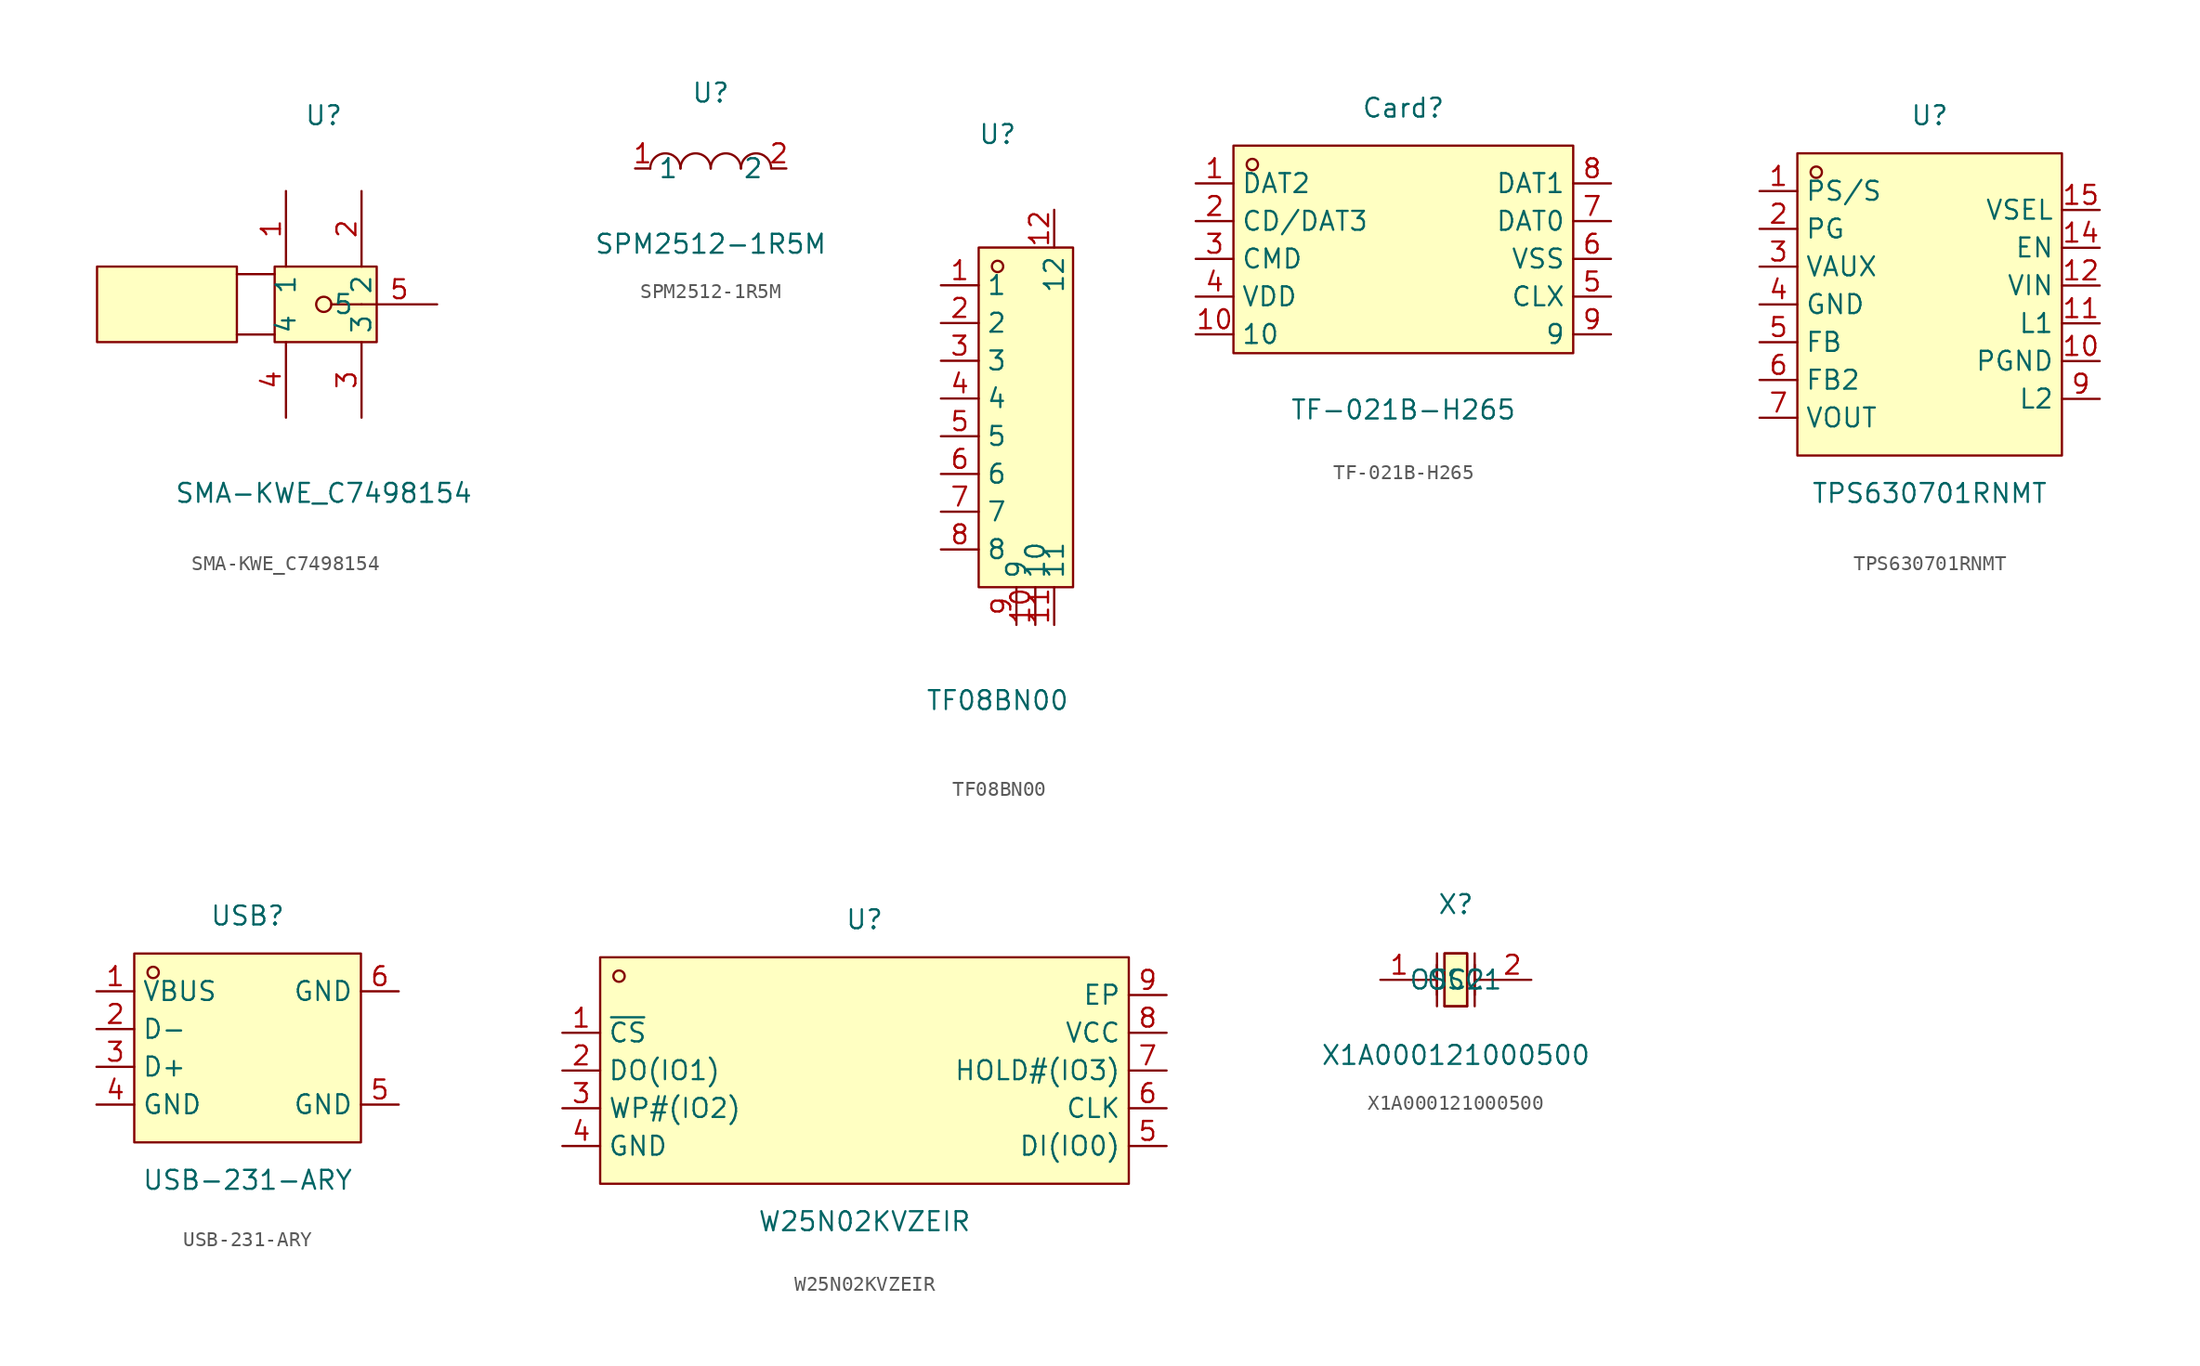
<source format=kicad_sym>
(kicad_symbol_lib
  (version 20211014)
  (generator https://github.com/uPesy/easyeda2kicad.py)
  (symbol "SMA-KWE_C7498154"
    (property "Reference" "U"
      (at 0 12.70 0)
      (effects (font (size 1.27 1.27))))
    (property "Value" "SMA-KWE_C7498154"
      (at 0 -12.70 0)
      (effects (font (size 1.27 1.27))))
    (symbol "SMA-KWE_C7498154_0_1"
      (rectangle (start -3.30 2.54) (end 3.56 -2.54) (stroke (width 0) (type default) (color 0 0 0 0)) (fill (type background)))
      (rectangle (start -15.24 2.54) (end -5.84 -2.54) (stroke (width 0) (type default) (color 0 0 0 0)) (fill (type background)))
      (circle (center 0.00 -0.00) (radius 0.51) (stroke (width 0) (type default) (color 0 0 0 0)) (fill (type none)))
      (polyline (pts (xy 0.51 -0.00) (xy 2.54 -0.00)) (stroke (width 0) (type default) (color 0 0 0 0)) (fill (type none)))
      (polyline (pts (xy -5.84 -2.03) (xy -3.30 -2.03)) (stroke (width 0) (type default) (color 0 0 0 0)) (fill (type none)))
      (polyline (pts (xy -5.84 2.03) (xy -3.30 2.03)) (stroke (width 0) (type default) (color 0 0 0 0)) (fill (type none)))
      (pin unspecified line (at 7.62 -0.00 180) (length 5.08) (name "5" (effects (font (size 1.27 1.27)))) (number "5" (effects (font (size 1.27 1.27)))))
      (pin unspecified line (at -2.54 -7.62 90) (length 5.08) (name "4" (effects (font (size 1.27 1.27)))) (number "4" (effects (font (size 1.27 1.27)))))
      (pin unspecified line (at 2.54 -7.62 90) (length 5.08) (name "3" (effects (font (size 1.27 1.27)))) (number "3" (effects (font (size 1.27 1.27)))))
      (pin unspecified line (at 2.54 7.62 270) (length 5.08) (name "2" (effects (font (size 1.27 1.27)))) (number "2" (effects (font (size 1.27 1.27)))))
      (pin unspecified line (at -2.54 7.62 270) (length 5.08) (name "1" (effects (font (size 1.27 1.27)))) (number "1" (effects (font (size 1.27 1.27)))))))
  (symbol "SPM2512-1R5M"
    (property "Reference" "U"
      (at 0 5.08 0)
      (effects (font (size 1.27 1.27))))
    (property "Value" "SPM2512-1R5M"
      (at 0 -5.08 0)
      (effects (font (size 1.27 1.27))))
    (symbol "SPM2512-1R5M_0_1"
      (arc (start -4.06 -0.01) (mid -2.83 0.99) (end -2.03 0.01) (stroke (width 0) (type default) (color 0 0 0 0)) (fill (type none)))
      (arc (start -2.03 -0.01) (mid -0.80 0.99) (end 0.00 0.01) (stroke (width 0) (type default) (color 0 0 0 0)) (fill (type none)))
      (arc (start 2.03 -0.01) (mid 3.26 0.99) (end 4.06 0.01) (stroke (width 0) (type default) (color 0 0 0 0)) (fill (type none)))
      (arc (start 0.00 -0.01) (mid 1.23 0.99) (end 2.03 0.01) (stroke (width 0) (type default) (color 0 0 0 0)) (fill (type none)))
      (pin unspecified line (at 5.08 -0.00 180) (length 1.016) (name "2" (effects (font (size 1.27 1.27)))) (number "2" (effects (font (size 1.27 1.27)))))
      (pin unspecified line (at -5.08 -0.00 0) (length 1.016) (name "1" (effects (font (size 1.27 1.27)))) (number "1" (effects (font (size 1.27 1.27)))))))
  (symbol "TF08BN00"
    (property "Reference" "U"
      (at 0 19.05 0)
      (effects (font (size 1.27 1.27))))
    (property "Value" "TF08BN00"
      (at 0 -19.05 0)
      (effects (font (size 1.27 1.27))))
    (symbol "TF08BN00_0_1"
      (rectangle (start -1.27 11.43) (end 5.08 -11.43) (stroke (width 0) (type default) (color 0 0 0 0)) (fill (type background)))
      (circle (center 0.00 10.16) (radius 0.38) (stroke (width 0) (type default) (color 0 0 0 0)) (fill (type none)))
      (pin unspecified line (at -3.81 8.89 0) (length 2.54) (name "1" (effects (font (size 1.27 1.27)))) (number "1" (effects (font (size 1.27 1.27)))))
      (pin unspecified line (at -3.81 6.35 0) (length 2.54) (name "2" (effects (font (size 1.27 1.27)))) (number "2" (effects (font (size 1.27 1.27)))))
      (pin unspecified line (at -3.81 3.81 0) (length 2.54) (name "3" (effects (font (size 1.27 1.27)))) (number "3" (effects (font (size 1.27 1.27)))))
      (pin unspecified line (at -3.81 1.27 0) (length 2.54) (name "4" (effects (font (size 1.27 1.27)))) (number "4" (effects (font (size 1.27 1.27)))))
      (pin unspecified line (at -3.81 -1.27 0) (length 2.54) (name "5" (effects (font (size 1.27 1.27)))) (number "5" (effects (font (size 1.27 1.27)))))
      (pin unspecified line (at -3.81 -3.81 0) (length 2.54) (name "6" (effects (font (size 1.27 1.27)))) (number "6" (effects (font (size 1.27 1.27)))))
      (pin unspecified line (at -3.81 -6.35 0) (length 2.54) (name "7" (effects (font (size 1.27 1.27)))) (number "7" (effects (font (size 1.27 1.27)))))
      (pin unspecified line (at -3.81 -8.89 0) (length 2.54) (name "8" (effects (font (size 1.27 1.27)))) (number "8" (effects (font (size 1.27 1.27)))))
      (pin unspecified line (at 1.27 -13.97 90) (length 2.54) (name "9" (effects (font (size 1.27 1.27)))) (number "9" (effects (font (size 1.27 1.27)))))
      (pin unspecified line (at 2.54 -13.97 90) (length 2.54) (name "10" (effects (font (size 1.27 1.27)))) (number "10" (effects (font (size 1.27 1.27)))))
      (pin unspecified line (at 3.81 -13.97 90) (length 2.54) (name "11" (effects (font (size 1.27 1.27)))) (number "11" (effects (font (size 1.27 1.27)))))
      (pin unspecified line (at 3.81 13.97 270) (length 2.54) (name "12" (effects (font (size 1.27 1.27)))) (number "12" (effects (font (size 1.27 1.27)))))))
  (symbol "TF-021B-H265"
    (property "Reference" "Card"
      (at 0 8.89 0)
      (effects (font (size 1.27 1.27))))
    (property "Value" "TF-021B-H265"
      (at 0 -11.43 0)
      (effects (font (size 1.27 1.27))))
    (symbol "TF-021B-H265_0_1"
      (rectangle (start -11.43 6.35) (end 11.43 -7.62) (stroke (width 0) (type default) (color 0 0 0 0)) (fill (type background)))
      (circle (center -10.16 5.08) (radius 0.38) (stroke (width 0) (type default) (color 0 0 0 0)) (fill (type none)))
      (pin unspecified line (at -13.97 3.81 0) (length 2.54) (name "DAT2" (effects (font (size 1.27 1.27)))) (number "1" (effects (font (size 1.27 1.27)))))
      (pin unspecified line (at -13.97 1.27 0) (length 2.54) (name "CD/DAT3" (effects (font (size 1.27 1.27)))) (number "2" (effects (font (size 1.27 1.27)))))
      (pin unspecified line (at -13.97 -1.27 0) (length 2.54) (name "CMD" (effects (font (size 1.27 1.27)))) (number "3" (effects (font (size 1.27 1.27)))))
      (pin unspecified line (at -13.97 -3.81 0) (length 2.54) (name "VDD" (effects (font (size 1.27 1.27)))) (number "4" (effects (font (size 1.27 1.27)))))
      (pin unspecified line (at 13.97 -3.81 180) (length 2.54) (name "CLX" (effects (font (size 1.27 1.27)))) (number "5" (effects (font (size 1.27 1.27)))))
      (pin unspecified line (at 13.97 -1.27 180) (length 2.54) (name "VSS" (effects (font (size 1.27 1.27)))) (number "6" (effects (font (size 1.27 1.27)))))
      (pin unspecified line (at 13.97 1.27 180) (length 2.54) (name "DAT0" (effects (font (size 1.27 1.27)))) (number "7" (effects (font (size 1.27 1.27)))))
      (pin unspecified line (at 13.97 3.81 180) (length 2.54) (name "DAT1" (effects (font (size 1.27 1.27)))) (number "8" (effects (font (size 1.27 1.27)))))
      (pin unspecified line (at 13.97 -6.35 180) (length 2.54) (name "9" (effects (font (size 1.27 1.27)))) (number "9" (effects (font (size 1.27 1.27)))))
      (pin unspecified line (at -13.97 -6.35 0) (length 2.54) (name "10" (effects (font (size 1.27 1.27)))) (number "10" (effects (font (size 1.27 1.27)))))))
  (symbol "TPS630701RNMT"
    (property "Reference" "U"
      (at 0 12.70 0)
      (effects (font (size 1.27 1.27))))
    (property "Value" "TPS630701RNMT"
      (at 0 -12.70 0)
      (effects (font (size 1.27 1.27))))
    (symbol "TPS630701RNMT_0_1"
      (rectangle (start -8.89 10.16) (end 8.89 -10.16) (stroke (width 0) (type default) (color 0 0 0 0)) (fill (type background)))
      (circle (center -7.62 8.89) (radius 0.38) (stroke (width 0) (type default) (color 0 0 0 0)) (fill (type none)))
      (pin unspecified line (at -11.43 7.62 0) (length 2.54) (name "PS/S" (effects (font (size 1.27 1.27)))) (number "1" (effects (font (size 1.27 1.27)))))
      (pin unspecified line (at -11.43 5.08 0) (length 2.54) (name "PG" (effects (font (size 1.27 1.27)))) (number "2" (effects (font (size 1.27 1.27)))))
      (pin unspecified line (at -11.43 2.54 0) (length 2.54) (name "VAUX" (effects (font (size 1.27 1.27)))) (number "3" (effects (font (size 1.27 1.27)))))
      (pin unspecified line (at -11.43 -0.00 0) (length 2.54) (name "GND" (effects (font (size 1.27 1.27)))) (number "4" (effects (font (size 1.27 1.27)))))
      (pin unspecified line (at -11.43 -2.54 0) (length 2.54) (name "FB" (effects (font (size 1.27 1.27)))) (number "5" (effects (font (size 1.27 1.27)))))
      (pin unspecified line (at -11.43 -5.08 0) (length 2.54) (name "FB2" (effects (font (size 1.27 1.27)))) (number "6" (effects (font (size 1.27 1.27)))))
      (pin unspecified line (at -11.43 -7.62 0) (length 2.54) (name "VOUT" (effects (font (size 1.27 1.27)))) (number "7" (effects (font (size 1.27 1.27)))))
      (pin unspecified line (at 11.43 -6.35 180) (length 2.54) (name "L2" (effects (font (size 1.27 1.27)))) (number "9" (effects (font (size 1.27 1.27)))))
      (pin unspecified line (at 11.43 -3.81 180) (length 2.54) (name "PGND" (effects (font (size 1.27 1.27)))) (number "10" (effects (font (size 1.27 1.27)))))
      (pin unspecified line (at 11.43 -1.27 180) (length 2.54) (name "L1" (effects (font (size 1.27 1.27)))) (number "11" (effects (font (size 1.27 1.27)))))
      (pin unspecified line (at 11.43 1.27 180) (length 2.54) (name "VIN" (effects (font (size 1.27 1.27)))) (number "12" (effects (font (size 1.27 1.27)))))
      (pin unspecified line (at 11.43 3.81 180) (length 2.54) (name "EN" (effects (font (size 1.27 1.27)))) (number "14" (effects (font (size 1.27 1.27)))))
      (pin unspecified line (at 11.43 6.35 180) (length 2.54) (name "VSEL" (effects (font (size 1.27 1.27)))) (number "15" (effects (font (size 1.27 1.27)))))))
  (symbol "USB-231-ARY"
    (property "Reference" "USB"
      (at 0 10.16 0)
      (effects (font (size 1.27 1.27))))
    (property "Value" "USB-231-ARY"
      (at 0 -7.62 0)
      (effects (font (size 1.27 1.27))))
    (symbol "USB-231-ARY_0_1"
      (rectangle (start -7.62 7.62) (end 7.62 -5.08) (stroke (width 0) (type default) (color 0 0 0 0)) (fill (type background)))
      (circle (center -6.35 6.35) (radius 0.38) (stroke (width 0) (type default) (color 0 0 0 0)) (fill (type none)))
      (pin unspecified line (at -10.16 5.08 0) (length 2.54) (name "VBUS" (effects (font (size 1.27 1.27)))) (number "1" (effects (font (size 1.27 1.27)))))
      (pin unspecified line (at -10.16 2.54 0) (length 2.54) (name "D-" (effects (font (size 1.27 1.27)))) (number "2" (effects (font (size 1.27 1.27)))))
      (pin unspecified line (at -10.16 -0.00 0) (length 2.54) (name "D+" (effects (font (size 1.27 1.27)))) (number "3" (effects (font (size 1.27 1.27)))))
      (pin unspecified line (at -10.16 -2.54 0) (length 2.54) (name "GND" (effects (font (size 1.27 1.27)))) (number "4" (effects (font (size 1.27 1.27)))))
      (pin unspecified line (at 10.16 -2.54 180) (length 2.54) (name "GND" (effects (font (size 1.27 1.27)))) (number "5" (effects (font (size 1.27 1.27)))))
      (pin unspecified line (at 10.16 5.08 180) (length 2.54) (name "GND" (effects (font (size 1.27 1.27)))) (number "6" (effects (font (size 1.27 1.27)))))))
  (symbol "W25N02KVZEIR"
    (property "Reference" "U"
      (at 0 10.16 0)
      (effects (font (size 1.27 1.27))))
    (property "Value" "W25N02KVZEIR"
      (at 0 -10.16 0)
      (effects (font (size 1.27 1.27))))
    (symbol "W25N02KVZEIR_0_1"
      (rectangle (start -17.78 7.62) (end 17.78 -7.62) (stroke (width 0) (type default) (color 0 0 0 0)) (fill (type background)))
      (circle (center -16.51 6.35) (radius 0.38) (stroke (width 0) (type default) (color 0 0 0 0)) (fill (type none)))
      (pin unspecified line (at 20.32 5.08 180) (length 2.54) (name "EP" (effects (font (size 1.27 1.27)))) (number "9" (effects (font (size 1.27 1.27)))))
      (pin unspecified line (at 20.32 2.54 180) (length 2.54) (name "VCC" (effects (font (size 1.27 1.27)))) (number "8" (effects (font (size 1.27 1.27)))))
      (pin unspecified line (at 20.32 -0.00 180) (length 2.54) (name "HOLD#(IO3)" (effects (font (size 1.27 1.27)))) (number "7" (effects (font (size 1.27 1.27)))))
      (pin unspecified line (at 20.32 -2.54 180) (length 2.54) (name "CLK" (effects (font (size 1.27 1.27)))) (number "6" (effects (font (size 1.27 1.27)))))
      (pin unspecified line (at 20.32 -5.08 180) (length 2.54) (name "DI(IO0)" (effects (font (size 1.27 1.27)))) (number "5" (effects (font (size 1.27 1.27)))))
      (pin unspecified line (at -20.32 -5.08 0) (length 2.54) (name "GND" (effects (font (size 1.27 1.27)))) (number "4" (effects (font (size 1.27 1.27)))))
      (pin unspecified line (at -20.32 -2.54 0) (length 2.54) (name "WP#(IO2)" (effects (font (size 1.27 1.27)))) (number "3" (effects (font (size 1.27 1.27)))))
      (pin unspecified line (at -20.32 -0.00 0) (length 2.54) (name "DO(IO1)" (effects (font (size 1.27 1.27)))) (number "2" (effects (font (size 1.27 1.27)))))
      (pin unspecified line (at -20.32 2.54 0) (length 2.54) (name "~{CS}" (effects (font (size 1.27 1.27)))) (number "1" (effects (font (size 1.27 1.27)))))))
  (symbol "X1A000121000500"
    (property "Reference" "X"
      (at 0 5.08 0)
      (effects (font (size 1.27 1.27))))
    (property "Value" "X1A000121000500"
      (at 0 -5.08 0)
      (effects (font (size 1.27 1.27))))
    (symbol "X1A000121000500_0_1"
      (polyline (pts (xy 0.76 1.78) (xy 0.76 -1.78) (xy -0.76 -1.78) (xy -0.76 1.78) (xy 0.76 1.78)) (stroke (width 0) (type default) (color 0 0 0 0)) (fill (type background)))
      (polyline (pts (xy -1.27 -1.78) (xy -1.27 1.78)) (stroke (width 0) (type default) (color 0 0 0 0)) (fill (type none)))
      (polyline (pts (xy 1.27 -1.78) (xy 1.27 1.78)) (stroke (width 0) (type default) (color 0 0 0 0)) (fill (type none)))
      (polyline (pts (xy -2.54 -0.00) (xy -1.27 -0.00)) (stroke (width 0) (type default) (color 0 0 0 0)) (fill (type none)))
      (polyline (pts (xy 2.54 -0.00) (xy 1.27 -0.00)) (stroke (width 0) (type default) (color 0 0 0 0)) (fill (type none)))
      (polyline (pts (xy -0.76 -1.78) (xy -0.76 1.78) (xy 0.76 1.78) (xy 0.76 -1.78)) (stroke (width 0) (type default) (color 0 0 0 0)) (fill (type none)))
      (polyline (pts (xy 1.27 -1.02) (xy 1.27 1.02)) (stroke (width 0) (type default) (color 0 0 0 0)) (fill (type none)))
      (polyline (pts (xy 0.76 -1.78) (xy -0.76 -1.78)) (stroke (width 0) (type default) (color 0 0 0 0)) (fill (type none)))
      (polyline (pts (xy -1.27 -1.02) (xy -1.27 1.02)) (stroke (width 0) (type default) (color 0 0 0 0)) (fill (type none)))
      (pin input line (at 5.08 -0.00 180) (length 2.54) (name "OSC2" (effects (font (size 1.27 1.27)))) (number "2" (effects (font (size 1.27 1.27)))))
      (pin input line (at -5.08 -0.00 0) (length 2.54) (name "OSC1" (effects (font (size 1.27 1.27)))) (number "1" (effects (font (size 1.27 1.27))))))))
</source>
